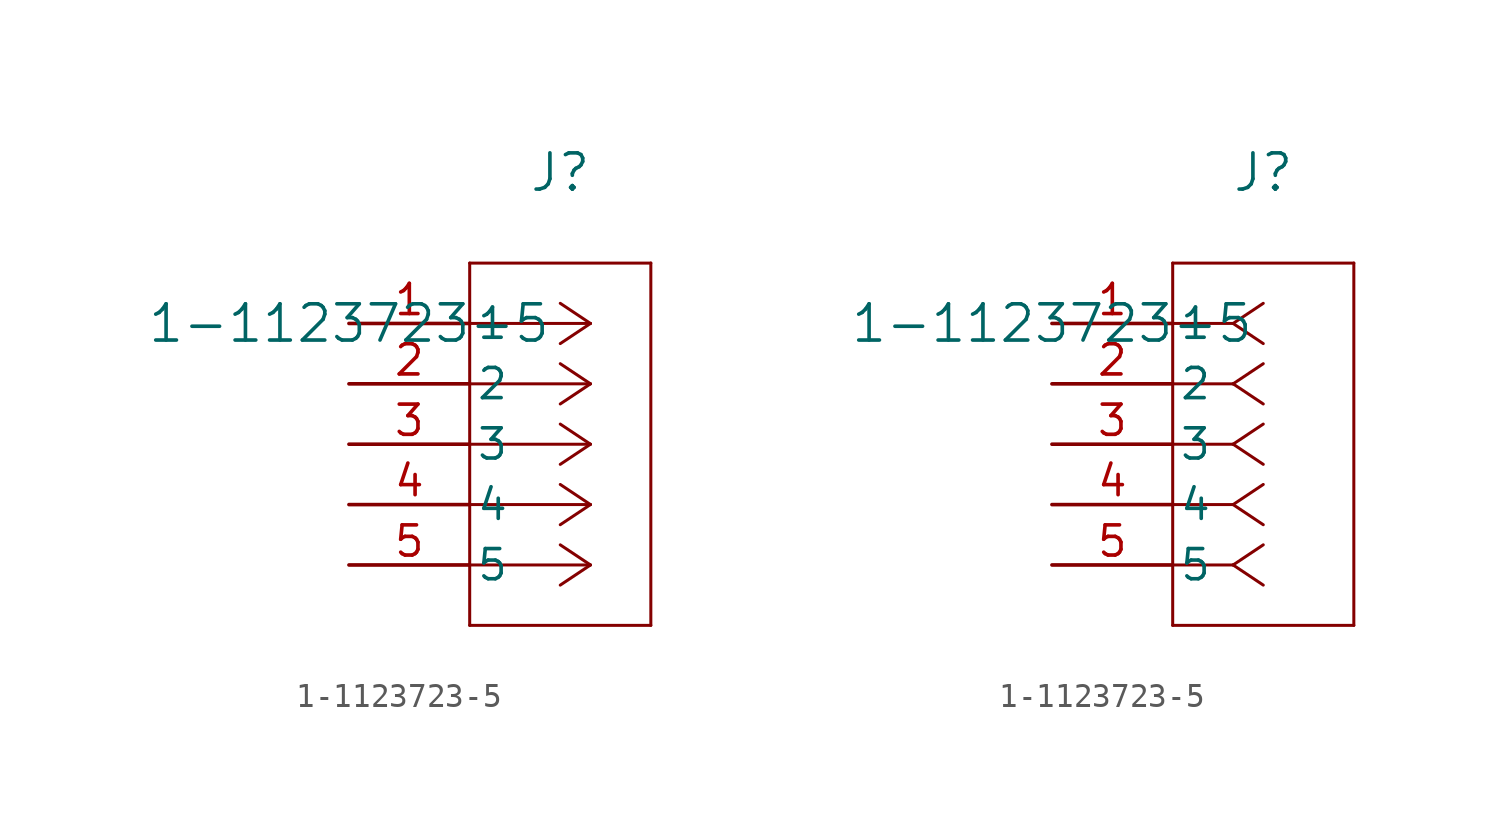
<source format=kicad_sym>
(kicad_symbol_lib
  (version 20211014)
  (generator kicad_symbol_editor)
  (symbol "1-1123723-5"
    (pin_names
      (offset 0.254))
    (property "Reference" "J"
      (at 8.89 6.35 0)
      (effects (font (size 1.524 1.524))))
    (property "Value" "1-1123723-5"
      (at 0 0 0)
      (effects (font (size 1.524 1.524))))
    (symbol "1-1123723-5_1_1"
      (polyline (pts (xy 10.16 0) (xy 5.08 0)) (stroke (width 0.127) (type default) (color 0 0 0 0)) (fill (type none)))
      (polyline (pts (xy 10.16 -2.54) (xy 5.08 -2.54)) (stroke (width 0.127) (type default) (color 0 0 0 0)) (fill (type none)))
      (polyline (pts (xy 10.16 -5.08) (xy 5.08 -5.08)) (stroke (width 0.127) (type default) (color 0 0 0 0)) (fill (type none)))
      (polyline (pts (xy 10.16 -7.62) (xy 5.08 -7.62)) (stroke (width 0.127) (type default) (color 0 0 0 0)) (fill (type none)))
      (polyline (pts (xy 10.16 -10.16) (xy 5.08 -10.16)) (stroke (width 0.127) (type default) (color 0 0 0 0)) (fill (type none)))
      (polyline (pts (xy 10.16 0) (xy 8.89 0.847)) (stroke (width 0.127) (type default) (color 0 0 0 0)) (fill (type none)))
      (polyline (pts (xy 10.16 -2.54) (xy 8.89 -1.693)) (stroke (width 0.127) (type default) (color 0 0 0 0)) (fill (type none)))
      (polyline (pts (xy 10.16 -5.08) (xy 8.89 -4.233)) (stroke (width 0.127) (type default) (color 0 0 0 0)) (fill (type none)))
      (polyline (pts (xy 10.16 -7.62) (xy 8.89 -6.773)) (stroke (width 0.127) (type default) (color 0 0 0 0)) (fill (type none)))
      (polyline (pts (xy 10.16 -10.16) (xy 8.89 -9.313)) (stroke (width 0.127) (type default) (color 0 0 0 0)) (fill (type none)))
      (polyline (pts (xy 10.16 0) (xy 8.89 -0.847)) (stroke (width 0.127) (type default) (color 0 0 0 0)) (fill (type none)))
      (polyline (pts (xy 10.16 -2.54) (xy 8.89 -3.387)) (stroke (width 0.127) (type default) (color 0 0 0 0)) (fill (type none)))
      (polyline (pts (xy 10.16 -5.08) (xy 8.89 -5.927)) (stroke (width 0.127) (type default) (color 0 0 0 0)) (fill (type none)))
      (polyline (pts (xy 10.16 -7.62) (xy 8.89 -8.467)) (stroke (width 0.127) (type default) (color 0 0 0 0)) (fill (type none)))
      (polyline (pts (xy 10.16 -10.16) (xy 8.89 -11.007)) (stroke (width 0.127) (type default) (color 0 0 0 0)) (fill (type none)))
      (polyline (pts (xy 5.08 2.54) (xy 5.08 -12.7)) (stroke (width 0.127) (type default) (color 0 0 0 0)) (fill (type none)))
      (polyline (pts (xy 5.08 -12.7) (xy 12.7 -12.7)) (stroke (width 0.127) (type default) (color 0 0 0 0)) (fill (type none)))
      (polyline (pts (xy 12.7 -12.7) (xy 12.7 2.54)) (stroke (width 0.127) (type default) (color 0 0 0 0)) (fill (type none)))
      (polyline (pts (xy 12.7 2.54) (xy 5.08 2.54)) (stroke (width 0.127) (type default) (color 0 0 0 0)) (fill (type none)))
      (pin unspecified line (at 0 0 0) (length 5.08) (name "1" (effects (font (size 1.27 1.27)))) (number "1" (effects (font (size 1.27 1.27)))))
      (pin unspecified line (at 0 -2.54 0) (length 5.08) (name "2" (effects (font (size 1.27 1.27)))) (number "2" (effects (font (size 1.27 1.27)))))
      (pin unspecified line (at 0 -5.08 0) (length 5.08) (name "3" (effects (font (size 1.27 1.27)))) (number "3" (effects (font (size 1.27 1.27)))))
      (pin unspecified line (at 0 -7.62 0) (length 5.08) (name "4" (effects (font (size 1.27 1.27)))) (number "4" (effects (font (size 1.27 1.27)))))
      (pin unspecified line (at 0 -10.16 0) (length 5.08) (name "5" (effects (font (size 1.27 1.27)))) (number "5" (effects (font (size 1.27 1.27))))))
    (symbol "1-1123723-5_1_2"
      (polyline (pts (xy 7.62 0) (xy 5.08 0)) (stroke (width 0.127) (type default) (color 0 0 0 0)) (fill (type none)))
      (polyline (pts (xy 7.62 -2.54) (xy 5.08 -2.54)) (stroke (width 0.127) (type default) (color 0 0 0 0)) (fill (type none)))
      (polyline (pts (xy 7.62 -5.08) (xy 5.08 -5.08)) (stroke (width 0.127) (type default) (color 0 0 0 0)) (fill (type none)))
      (polyline (pts (xy 7.62 -7.62) (xy 5.08 -7.62)) (stroke (width 0.127) (type default) (color 0 0 0 0)) (fill (type none)))
      (polyline (pts (xy 7.62 -10.16) (xy 5.08 -10.16)) (stroke (width 0.127) (type default) (color 0 0 0 0)) (fill (type none)))
      (polyline (pts (xy 7.62 0) (xy 8.89 0.847)) (stroke (width 0.127) (type default) (color 0 0 0 0)) (fill (type none)))
      (polyline (pts (xy 7.62 -2.54) (xy 8.89 -1.693)) (stroke (width 0.127) (type default) (color 0 0 0 0)) (fill (type none)))
      (polyline (pts (xy 7.62 -5.08) (xy 8.89 -4.233)) (stroke (width 0.127) (type default) (color 0 0 0 0)) (fill (type none)))
      (polyline (pts (xy 7.62 -7.62) (xy 8.89 -6.773)) (stroke (width 0.127) (type default) (color 0 0 0 0)) (fill (type none)))
      (polyline (pts (xy 7.62 -10.16) (xy 8.89 -9.313)) (stroke (width 0.127) (type default) (color 0 0 0 0)) (fill (type none)))
      (polyline (pts (xy 7.62 0) (xy 8.89 -0.847)) (stroke (width 0.127) (type default) (color 0 0 0 0)) (fill (type none)))
      (polyline (pts (xy 7.62 -2.54) (xy 8.89 -3.387)) (stroke (width 0.127) (type default) (color 0 0 0 0)) (fill (type none)))
      (polyline (pts (xy 7.62 -5.08) (xy 8.89 -5.927)) (stroke (width 0.127) (type default) (color 0 0 0 0)) (fill (type none)))
      (polyline (pts (xy 7.62 -7.62) (xy 8.89 -8.467)) (stroke (width 0.127) (type default) (color 0 0 0 0)) (fill (type none)))
      (polyline (pts (xy 7.62 -10.16) (xy 8.89 -11.007)) (stroke (width 0.127) (type default) (color 0 0 0 0)) (fill (type none)))
      (polyline (pts (xy 5.08 2.54) (xy 5.08 -12.7)) (stroke (width 0.127) (type default) (color 0 0 0 0)) (fill (type none)))
      (polyline (pts (xy 5.08 -12.7) (xy 12.7 -12.7)) (stroke (width 0.127) (type default) (color 0 0 0 0)) (fill (type none)))
      (polyline (pts (xy 12.7 -12.7) (xy 12.7 2.54)) (stroke (width 0.127) (type default) (color 0 0 0 0)) (fill (type none)))
      (polyline (pts (xy 12.7 2.54) (xy 5.08 2.54)) (stroke (width 0.127) (type default) (color 0 0 0 0)) (fill (type none)))
      (pin unspecified line (at 0 0 0) (length 5.08) (name "1" (effects (font (size 1.27 1.27)))) (number "1" (effects (font (size 1.27 1.27)))))
      (pin unspecified line (at 0 -2.54 0) (length 5.08) (name "2" (effects (font (size 1.27 1.27)))) (number "2" (effects (font (size 1.27 1.27)))))
      (pin unspecified line (at 0 -5.08 0) (length 5.08) (name "3" (effects (font (size 1.27 1.27)))) (number "3" (effects (font (size 1.27 1.27)))))
      (pin unspecified line (at 0 -7.62 0) (length 5.08) (name "4" (effects (font (size 1.27 1.27)))) (number "4" (effects (font (size 1.27 1.27)))))
      (pin unspecified line (at 0 -10.16 0) (length 5.08) (name "5" (effects (font (size 1.27 1.27)))) (number "5" (effects (font (size 1.27 1.27))))))))
</source>
